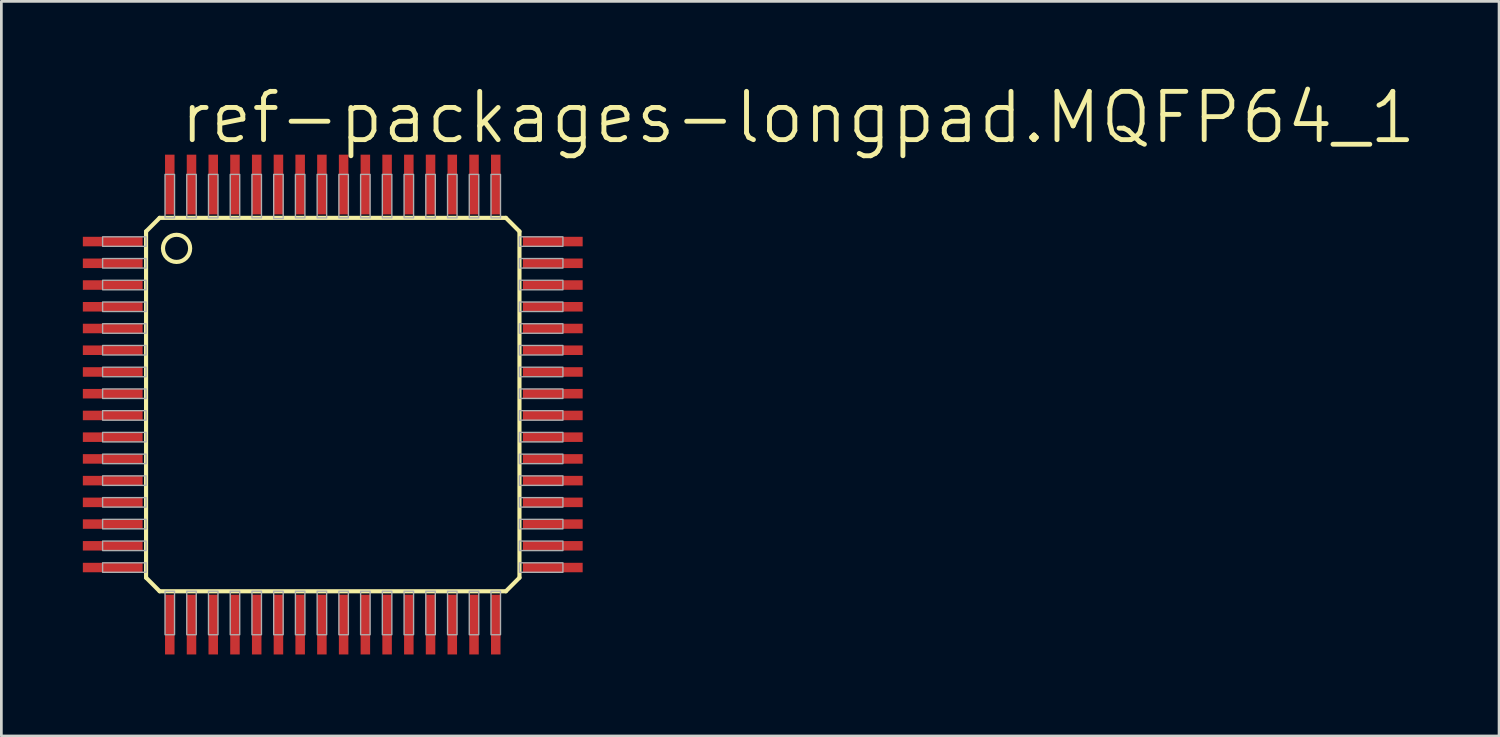
<source format=kicad_pcb>
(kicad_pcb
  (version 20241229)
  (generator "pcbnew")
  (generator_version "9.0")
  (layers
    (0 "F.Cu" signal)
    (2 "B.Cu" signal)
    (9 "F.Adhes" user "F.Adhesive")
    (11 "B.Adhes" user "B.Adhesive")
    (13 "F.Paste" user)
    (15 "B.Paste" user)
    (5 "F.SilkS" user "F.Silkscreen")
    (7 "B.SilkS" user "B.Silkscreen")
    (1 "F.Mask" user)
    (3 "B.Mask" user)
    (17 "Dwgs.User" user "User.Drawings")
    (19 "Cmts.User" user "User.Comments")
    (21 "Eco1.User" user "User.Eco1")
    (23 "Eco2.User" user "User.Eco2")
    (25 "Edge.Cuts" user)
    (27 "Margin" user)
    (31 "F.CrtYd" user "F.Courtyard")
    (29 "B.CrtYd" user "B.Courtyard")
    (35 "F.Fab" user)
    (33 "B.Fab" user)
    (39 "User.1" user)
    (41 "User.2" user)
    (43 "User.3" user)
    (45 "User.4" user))
  (footprint "ref-packages-longpad.MQFP64_1"
    (layer "F.Cu")
    (at 9.2 11.843)
    (property "Reference" "ref-packages-longpad.MQFP64_1" (at -5.715 -9.525 0) (layer "F.SilkS") (effects (font (size 1.778 1.778) (thickness 0.18)) (justify left bottom)))
    (attr smd)
    (fp_line (start -6.873 -6.373) (end -6.873 6.373) (stroke (width 0.152) (type default)) (layer "F.SilkS"))
    (fp_line (start -6.873 6.373) (end -6.373 6.873) (stroke (width 0.152) (type default)) (layer "F.SilkS"))
    (fp_line (start -6.373 -6.873) (end -6.873 -6.373) (stroke (width 0.152) (type default)) (layer "F.SilkS"))
    (fp_line (start -6.373 6.873) (end 6.373 6.873) (stroke (width 0.152) (type default)) (layer "F.SilkS"))
    (fp_line (start 6.373 -6.873) (end -6.373 -6.873) (stroke (width 0.152) (type default)) (layer "F.SilkS"))
    (fp_line (start 6.373 6.873) (end 6.873 6.373) (stroke (width 0.152) (type default)) (layer "F.SilkS"))
    (fp_line (start 6.873 -6.373) (end 6.373 -6.873) (stroke (width 0.152) (type default)) (layer "F.SilkS"))
    (fp_line (start 6.873 6.373) (end 6.873 -6.373) (stroke (width 0.152) (type default)) (layer "F.SilkS"))
    (fp_circle (center -5.75 -5.75) (end -5.25 -5.75) (stroke (width 0.152) (type default)) (fill no) (layer "F.SilkS"))
    (fp_rect (start -8.473 -5.825) (end -6.873 -6.175) (stroke (width 0.05) (type default)) (fill no) (layer "F.Fab"))
    (fp_rect (start -8.473 -5.025) (end -6.873 -5.375) (stroke (width 0.05) (type default)) (fill no) (layer "F.Fab"))
    (fp_rect (start -8.473 -4.225) (end -6.873 -4.575) (stroke (width 0.05) (type default)) (fill no) (layer "F.Fab"))
    (fp_rect (start -8.473 -3.425) (end -6.873 -3.775) (stroke (width 0.05) (type default)) (fill no) (layer "F.Fab"))
    (fp_rect (start -8.473 -2.625) (end -6.873 -2.975) (stroke (width 0.05) (type default)) (fill no) (layer "F.Fab"))
    (fp_rect (start -8.473 -1.825) (end -6.873 -2.175) (stroke (width 0.05) (type default)) (fill no) (layer "F.Fab"))
    (fp_rect (start -8.473 -1.025) (end -6.873 -1.375) (stroke (width 0.05) (type default)) (fill no) (layer "F.Fab"))
    (fp_rect (start -8.473 -0.225) (end -6.873 -0.575) (stroke (width 0.05) (type default)) (fill no) (layer "F.Fab"))
    (fp_rect (start -8.473 0.575) (end -6.873 0.225) (stroke (width 0.05) (type default)) (fill no) (layer "F.Fab"))
    (fp_rect (start -8.473 1.375) (end -6.873 1.025) (stroke (width 0.05) (type default)) (fill no) (layer "F.Fab"))
    (fp_rect (start -8.473 2.175) (end -6.873 1.825) (stroke (width 0.05) (type default)) (fill no) (layer "F.Fab"))
    (fp_rect (start -8.473 2.975) (end -6.873 2.625) (stroke (width 0.05) (type default)) (fill no) (layer "F.Fab"))
    (fp_rect (start -8.473 3.775) (end -6.873 3.425) (stroke (width 0.05) (type default)) (fill no) (layer "F.Fab"))
    (fp_rect (start -8.473 4.575) (end -6.873 4.225) (stroke (width 0.05) (type default)) (fill no) (layer "F.Fab"))
    (fp_rect (start -8.473 5.375) (end -6.873 5.025) (stroke (width 0.05) (type default)) (fill no) (layer "F.Fab"))
    (fp_rect (start -8.473 6.175) (end -6.873 5.825) (stroke (width 0.05) (type default)) (fill no) (layer "F.Fab"))
    (fp_rect (start -6.175 -6.873) (end -5.825 -8.473) (stroke (width 0.05) (type default)) (fill no) (layer "F.Fab"))
    (fp_rect (start -6.175 8.473) (end -5.825 6.873) (stroke (width 0.05) (type default)) (fill no) (layer "F.Fab"))
    (fp_rect (start -5.375 -6.873) (end -5.025 -8.473) (stroke (width 0.05) (type default)) (fill no) (layer "F.Fab"))
    (fp_rect (start -5.375 8.473) (end -5.025 6.873) (stroke (width 0.05) (type default)) (fill no) (layer "F.Fab"))
    (fp_rect (start -4.575 -6.873) (end -4.225 -8.473) (stroke (width 0.05) (type default)) (fill no) (layer "F.Fab"))
    (fp_rect (start -4.575 8.473) (end -4.225 6.873) (stroke (width 0.05) (type default)) (fill no) (layer "F.Fab"))
    (fp_rect (start -3.775 -6.873) (end -3.425 -8.473) (stroke (width 0.05) (type default)) (fill no) (layer "F.Fab"))
    (fp_rect (start -3.775 8.473) (end -3.425 6.873) (stroke (width 0.05) (type default)) (fill no) (layer "F.Fab"))
    (fp_rect (start -2.975 -6.873) (end -2.625 -8.473) (stroke (width 0.05) (type default)) (fill no) (layer "F.Fab"))
    (fp_rect (start -2.975 8.473) (end -2.625 6.873) (stroke (width 0.05) (type default)) (fill no) (layer "F.Fab"))
    (fp_rect (start -2.175 -6.848) (end -1.825 -8.473) (stroke (width 0.05) (type default)) (fill no) (layer "F.Fab"))
    (fp_rect (start -2.175 8.473) (end -1.825 6.873) (stroke (width 0.05) (type default)) (fill no) (layer "F.Fab"))
    (fp_rect (start -1.375 -6.873) (end -1.025 -8.473) (stroke (width 0.05) (type default)) (fill no) (layer "F.Fab"))
    (fp_rect (start -1.375 8.473) (end -1.025 6.873) (stroke (width 0.05) (type default)) (fill no) (layer "F.Fab"))
    (fp_rect (start -0.575 -6.873) (end -0.225 -8.473) (stroke (width 0.05) (type default)) (fill no) (layer "F.Fab"))
    (fp_rect (start -0.575 8.473) (end -0.225 6.873) (stroke (width 0.05) (type default)) (fill no) (layer "F.Fab"))
    (fp_rect (start 0.225 -6.873) (end 0.575 -8.473) (stroke (width 0.05) (type default)) (fill no) (layer "F.Fab"))
    (fp_rect (start 0.225 8.473) (end 0.575 6.873) (stroke (width 0.05) (type default)) (fill no) (layer "F.Fab"))
    (fp_rect (start 1.025 -6.873) (end 1.375 -8.473) (stroke (width 0.05) (type default)) (fill no) (layer "F.Fab"))
    (fp_rect (start 1.025 8.473) (end 1.375 6.873) (stroke (width 0.05) (type default)) (fill no) (layer "F.Fab"))
    (fp_rect (start 1.825 -6.873) (end 2.175 -8.473) (stroke (width 0.05) (type default)) (fill no) (layer "F.Fab"))
    (fp_rect (start 1.825 8.473) (end 2.175 6.873) (stroke (width 0.05) (type default)) (fill no) (layer "F.Fab"))
    (fp_rect (start 2.625 -6.873) (end 2.975 -8.473) (stroke (width 0.05) (type default)) (fill no) (layer "F.Fab"))
    (fp_rect (start 2.625 8.473) (end 2.975 6.873) (stroke (width 0.05) (type default)) (fill no) (layer "F.Fab"))
    (fp_rect (start 3.425 -6.873) (end 3.775 -8.473) (stroke (width 0.05) (type default)) (fill no) (layer "F.Fab"))
    (fp_rect (start 3.425 8.473) (end 3.775 6.873) (stroke (width 0.05) (type default)) (fill no) (layer "F.Fab"))
    (fp_rect (start 4.225 -6.873) (end 4.575 -8.473) (stroke (width 0.05) (type default)) (fill no) (layer "F.Fab"))
    (fp_rect (start 4.225 8.473) (end 4.575 6.873) (stroke (width 0.05) (type default)) (fill no) (layer "F.Fab"))
    (fp_rect (start 5.025 -6.873) (end 5.375 -8.473) (stroke (width 0.05) (type default)) (fill no) (layer "F.Fab"))
    (fp_rect (start 5.025 8.473) (end 5.375 6.873) (stroke (width 0.05) (type default)) (fill no) (layer "F.Fab"))
    (fp_rect (start 5.825 -6.873) (end 6.175 -8.473) (stroke (width 0.05) (type default)) (fill no) (layer "F.Fab"))
    (fp_rect (start 5.825 8.473) (end 6.175 6.873) (stroke (width 0.05) (type default)) (fill no) (layer "F.Fab"))
    (fp_rect (start 6.873 -5.825) (end 8.473 -6.175) (stroke (width 0.05) (type default)) (fill no) (layer "F.Fab"))
    (fp_rect (start 6.873 -5.025) (end 8.473 -5.375) (stroke (width 0.05) (type default)) (fill no) (layer "F.Fab"))
    (fp_rect (start 6.873 -4.225) (end 8.473 -4.575) (stroke (width 0.05) (type default)) (fill no) (layer "F.Fab"))
    (fp_rect (start 6.873 -3.425) (end 8.473 -3.775) (stroke (width 0.05) (type default)) (fill no) (layer "F.Fab"))
    (fp_rect (start 6.873 -2.625) (end 8.473 -2.975) (stroke (width 0.05) (type default)) (fill no) (layer "F.Fab"))
    (fp_rect (start 6.873 -1.825) (end 8.473 -2.175) (stroke (width 0.05) (type default)) (fill no) (layer "F.Fab"))
    (fp_rect (start 6.873 -1.025) (end 8.473 -1.375) (stroke (width 0.05) (type default)) (fill no) (layer "F.Fab"))
    (fp_rect (start 6.873 -0.225) (end 8.473 -0.575) (stroke (width 0.05) (type default)) (fill no) (layer "F.Fab"))
    (fp_rect (start 6.873 0.575) (end 8.473 0.225) (stroke (width 0.05) (type default)) (fill no) (layer "F.Fab"))
    (fp_rect (start 6.873 1.375) (end 8.473 1.025) (stroke (width 0.05) (type default)) (fill no) (layer "F.Fab"))
    (fp_rect (start 6.873 2.175) (end 8.473 1.825) (stroke (width 0.05) (type default)) (fill no) (layer "F.Fab"))
    (fp_rect (start 6.873 2.975) (end 8.473 2.625) (stroke (width 0.05) (type default)) (fill no) (layer "F.Fab"))
    (fp_rect (start 6.873 3.775) (end 8.473 3.425) (stroke (width 0.05) (type default)) (fill no) (layer "F.Fab"))
    (fp_rect (start 6.873 4.575) (end 8.473 4.225) (stroke (width 0.05) (type default)) (fill no) (layer "F.Fab"))
    (fp_rect (start 6.873 5.375) (end 8.473 5.025) (stroke (width 0.05) (type default)) (fill no) (layer "F.Fab"))
    (fp_rect (start 6.873 6.175) (end 8.473 5.825) (stroke (width 0.05) (type default)) (fill no) (layer "F.Fab"))
    (pad "1" smd roundrect (at -8.1 -6) (size 2.2 0.35) (layers "F.Cu" "F.Mask" "F.Paste") (roundrect_rratio 0.01))
    (pad "2" smd roundrect (at -8.1 -5.2) (size 2.2 0.35) (layers "F.Cu" "F.Mask" "F.Paste") (roundrect_rratio 0.01))
    (pad "3" smd roundrect (at -8.1 -4.4) (size 2.2 0.35) (layers "F.Cu" "F.Mask" "F.Paste") (roundrect_rratio 0.01))
    (pad "4" smd roundrect (at -8.1 -3.6) (size 2.2 0.35) (layers "F.Cu" "F.Mask" "F.Paste") (roundrect_rratio 0.01))
    (pad "5" smd roundrect (at -8.1 -2.8) (size 2.2 0.35) (layers "F.Cu" "F.Mask" "F.Paste") (roundrect_rratio 0.01))
    (pad "6" smd roundrect (at -8.1 -2) (size 2.2 0.35) (layers "F.Cu" "F.Mask" "F.Paste") (roundrect_rratio 0.01))
    (pad "7" smd roundrect (at -8.1 -1.2) (size 2.2 0.35) (layers "F.Cu" "F.Mask" "F.Paste") (roundrect_rratio 0.01))
    (pad "8" smd roundrect (at -8.1 -0.4) (size 2.2 0.35) (layers "F.Cu" "F.Mask" "F.Paste") (roundrect_rratio 0.01))
    (pad "9" smd roundrect (at -8.1 0.4) (size 2.2 0.35) (layers "F.Cu" "F.Mask" "F.Paste") (roundrect_rratio 0.01))
    (pad "10" smd roundrect (at -8.1 1.2) (size 2.2 0.35) (layers "F.Cu" "F.Mask" "F.Paste") (roundrect_rratio 0.01))
    (pad "11" smd roundrect (at -8.1 2) (size 2.2 0.35) (layers "F.Cu" "F.Mask" "F.Paste") (roundrect_rratio 0.01))
    (pad "12" smd roundrect (at -8.1 2.8) (size 2.2 0.35) (layers "F.Cu" "F.Mask" "F.Paste") (roundrect_rratio 0.01))
    (pad "13" smd roundrect (at -8.1 3.6) (size 2.2 0.35) (layers "F.Cu" "F.Mask" "F.Paste") (roundrect_rratio 0.01))
    (pad "14" smd roundrect (at -8.1 4.4) (size 2.2 0.35) (layers "F.Cu" "F.Mask" "F.Paste") (roundrect_rratio 0.01))
    (pad "15" smd roundrect (at -8.1 5.2) (size 2.2 0.35) (layers "F.Cu" "F.Mask" "F.Paste") (roundrect_rratio 0.01))
    (pad "16" smd roundrect (at -8.1 6) (size 2.2 0.35) (layers "F.Cu" "F.Mask" "F.Paste") (roundrect_rratio 0.01))
    (pad "17" smd roundrect (at -6 8.1) (size 0.35 2.2) (layers "F.Cu" "F.Mask" "F.Paste") (roundrect_rratio 0.01))
    (pad "18" smd roundrect (at -5.2 8.1) (size 0.35 2.2) (layers "F.Cu" "F.Mask" "F.Paste") (roundrect_rratio 0.01))
    (pad "19" smd roundrect (at -4.4 8.1) (size 0.35 2.2) (layers "F.Cu" "F.Mask" "F.Paste") (roundrect_rratio 0.01))
    (pad "20" smd roundrect (at -3.6 8.1) (size 0.35 2.2) (layers "F.Cu" "F.Mask" "F.Paste") (roundrect_rratio 0.01))
    (pad "21" smd roundrect (at -2.8 8.1) (size 0.35 2.2) (layers "F.Cu" "F.Mask" "F.Paste") (roundrect_rratio 0.01))
    (pad "22" smd roundrect (at -2 8.1) (size 0.35 2.2) (layers "F.Cu" "F.Mask" "F.Paste") (roundrect_rratio 0.01))
    (pad "23" smd roundrect (at -1.2 8.1) (size 0.35 2.2) (layers "F.Cu" "F.Mask" "F.Paste") (roundrect_rratio 0.01))
    (pad "24" smd roundrect (at -0.4 8.1) (size 0.35 2.2) (layers "F.Cu" "F.Mask" "F.Paste") (roundrect_rratio 0.01))
    (pad "25" smd roundrect (at 0.4 8.1) (size 0.35 2.2) (layers "F.Cu" "F.Mask" "F.Paste") (roundrect_rratio 0.01))
    (pad "26" smd roundrect (at 1.2 8.1) (size 0.35 2.2) (layers "F.Cu" "F.Mask" "F.Paste") (roundrect_rratio 0.01))
    (pad "27" smd roundrect (at 2 8.1) (size 0.35 2.2) (layers "F.Cu" "F.Mask" "F.Paste") (roundrect_rratio 0.01))
    (pad "28" smd roundrect (at 2.8 8.1) (size 0.35 2.2) (layers "F.Cu" "F.Mask" "F.Paste") (roundrect_rratio 0.01))
    (pad "29" smd roundrect (at 3.6 8.1) (size 0.35 2.2) (layers "F.Cu" "F.Mask" "F.Paste") (roundrect_rratio 0.01))
    (pad "30" smd roundrect (at 4.4 8.1) (size 0.35 2.2) (layers "F.Cu" "F.Mask" "F.Paste") (roundrect_rratio 0.01))
    (pad "31" smd roundrect (at 5.2 8.1) (size 0.35 2.2) (layers "F.Cu" "F.Mask" "F.Paste") (roundrect_rratio 0.01))
    (pad "32" smd roundrect (at 6 8.1) (size 0.35 2.2) (layers "F.Cu" "F.Mask" "F.Paste") (roundrect_rratio 0.01))
    (pad "33" smd roundrect (at 8.1 6) (size 2.2 0.35) (layers "F.Cu" "F.Mask" "F.Paste") (roundrect_rratio 0.01))
    (pad "34" smd roundrect (at 8.1 5.2) (size 2.2 0.35) (layers "F.Cu" "F.Mask" "F.Paste") (roundrect_rratio 0.01))
    (pad "35" smd roundrect (at 8.1 4.4) (size 2.2 0.35) (layers "F.Cu" "F.Mask" "F.Paste") (roundrect_rratio 0.01))
    (pad "36" smd roundrect (at 8.1 3.6) (size 2.2 0.35) (layers "F.Cu" "F.Mask" "F.Paste") (roundrect_rratio 0.01))
    (pad "37" smd roundrect (at 8.1 2.8) (size 2.2 0.35) (layers "F.Cu" "F.Mask" "F.Paste") (roundrect_rratio 0.01))
    (pad "38" smd roundrect (at 8.1 2) (size 2.2 0.35) (layers "F.Cu" "F.Mask" "F.Paste") (roundrect_rratio 0.01))
    (pad "39" smd roundrect (at 8.1 1.2) (size 2.2 0.35) (layers "F.Cu" "F.Mask" "F.Paste") (roundrect_rratio 0.01))
    (pad "40" smd roundrect (at 8.1 0.4) (size 2.2 0.35) (layers "F.Cu" "F.Mask" "F.Paste") (roundrect_rratio 0.01))
    (pad "41" smd roundrect (at 8.1 -0.4) (size 2.2 0.35) (layers "F.Cu" "F.Mask" "F.Paste") (roundrect_rratio 0.01))
    (pad "42" smd roundrect (at 8.1 -1.2) (size 2.2 0.35) (layers "F.Cu" "F.Mask" "F.Paste") (roundrect_rratio 0.01))
    (pad "43" smd roundrect (at 8.1 -2) (size 2.2 0.35) (layers "F.Cu" "F.Mask" "F.Paste") (roundrect_rratio 0.01))
    (pad "44" smd roundrect (at 8.1 -2.8) (size 2.2 0.35) (layers "F.Cu" "F.Mask" "F.Paste") (roundrect_rratio 0.01))
    (pad "45" smd roundrect (at 8.1 -3.6) (size 2.2 0.35) (layers "F.Cu" "F.Mask" "F.Paste") (roundrect_rratio 0.01))
    (pad "46" smd roundrect (at 8.1 -4.4) (size 2.2 0.35) (layers "F.Cu" "F.Mask" "F.Paste") (roundrect_rratio 0.01))
    (pad "47" smd roundrect (at 8.1 -5.2) (size 2.2 0.35) (layers "F.Cu" "F.Mask" "F.Paste") (roundrect_rratio 0.01))
    (pad "48" smd roundrect (at 8.1 -6) (size 2.2 0.35) (layers "F.Cu" "F.Mask" "F.Paste") (roundrect_rratio 0.01))
    (pad "49" smd roundrect (at 6 -8.1) (size 0.35 2.2) (layers "F.Cu" "F.Mask" "F.Paste") (roundrect_rratio 0.01))
    (pad "50" smd roundrect (at 5.2 -8.1) (size 0.35 2.2) (layers "F.Cu" "F.Mask" "F.Paste") (roundrect_rratio 0.01))
    (pad "51" smd roundrect (at 4.4 -8.1) (size 0.35 2.2) (layers "F.Cu" "F.Mask" "F.Paste") (roundrect_rratio 0.01))
    (pad "52" smd roundrect (at 3.6 -8.1) (size 0.35 2.2) (layers "F.Cu" "F.Mask" "F.Paste") (roundrect_rratio 0.01))
    (pad "53" smd roundrect (at 2.8 -8.1) (size 0.35 2.2) (layers "F.Cu" "F.Mask" "F.Paste") (roundrect_rratio 0.01))
    (pad "54" smd roundrect (at 2 -8.1) (size 0.35 2.2) (layers "F.Cu" "F.Mask" "F.Paste") (roundrect_rratio 0.01))
    (pad "55" smd roundrect (at 1.2 -8.1) (size 0.35 2.2) (layers "F.Cu" "F.Mask" "F.Paste") (roundrect_rratio 0.01))
    (pad "56" smd roundrect (at 0.4 -8.1) (size 0.35 2.2) (layers "F.Cu" "F.Mask" "F.Paste") (roundrect_rratio 0.01))
    (pad "57" smd roundrect (at -0.4 -8.1) (size 0.35 2.2) (layers "F.Cu" "F.Mask" "F.Paste") (roundrect_rratio 0.01))
    (pad "58" smd roundrect (at -1.2 -8.1) (size 0.35 2.2) (layers "F.Cu" "F.Mask" "F.Paste") (roundrect_rratio 0.01))
    (pad "59" smd roundrect (at -2 -8.1) (size 0.35 2.2) (layers "F.Cu" "F.Mask" "F.Paste") (roundrect_rratio 0.01))
    (pad "60" smd roundrect (at -2.8 -8.1) (size 0.35 2.2) (layers "F.Cu" "F.Mask" "F.Paste") (roundrect_rratio 0.01))
    (pad "61" smd roundrect (at -3.6 -8.1) (size 0.35 2.2) (layers "F.Cu" "F.Mask" "F.Paste") (roundrect_rratio 0.01))
    (pad "62" smd roundrect (at -4.4 -8.1) (size 0.35 2.2) (layers "F.Cu" "F.Mask" "F.Paste") (roundrect_rratio 0.01))
    (pad "63" smd roundrect (at -5.2 -8.1) (size 0.35 2.2) (layers "F.Cu" "F.Mask" "F.Paste") (roundrect_rratio 0.01))
    (pad "64" smd roundrect (at -6 -8.1) (size 0.35 2.2) (layers "F.Cu" "F.Mask" "F.Paste") (roundrect_rratio 0.01)))
  (gr_rect
    (start -3 -3)
    (end 52.135 24.043)
    (stroke (width 0.1) (type default))
    (fill no)
    (layer "Edge.Cuts")))
</source>
